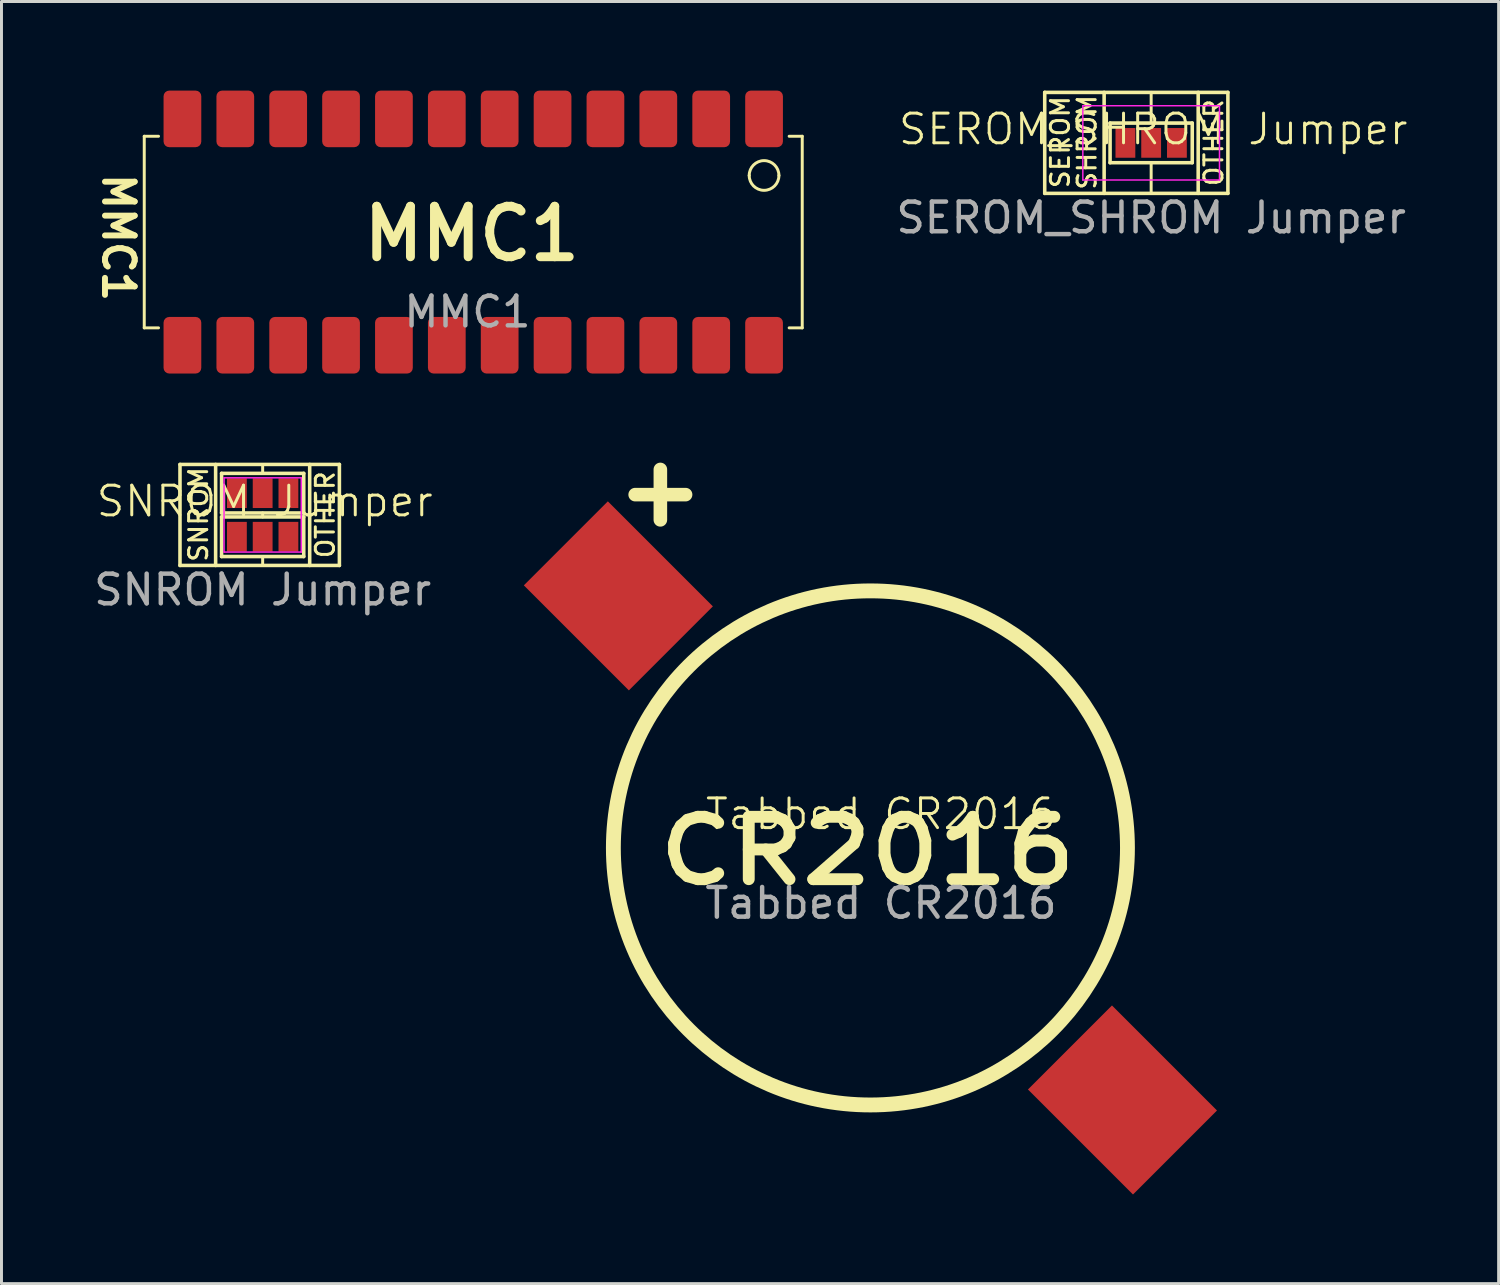
<source format=kicad_pcb>
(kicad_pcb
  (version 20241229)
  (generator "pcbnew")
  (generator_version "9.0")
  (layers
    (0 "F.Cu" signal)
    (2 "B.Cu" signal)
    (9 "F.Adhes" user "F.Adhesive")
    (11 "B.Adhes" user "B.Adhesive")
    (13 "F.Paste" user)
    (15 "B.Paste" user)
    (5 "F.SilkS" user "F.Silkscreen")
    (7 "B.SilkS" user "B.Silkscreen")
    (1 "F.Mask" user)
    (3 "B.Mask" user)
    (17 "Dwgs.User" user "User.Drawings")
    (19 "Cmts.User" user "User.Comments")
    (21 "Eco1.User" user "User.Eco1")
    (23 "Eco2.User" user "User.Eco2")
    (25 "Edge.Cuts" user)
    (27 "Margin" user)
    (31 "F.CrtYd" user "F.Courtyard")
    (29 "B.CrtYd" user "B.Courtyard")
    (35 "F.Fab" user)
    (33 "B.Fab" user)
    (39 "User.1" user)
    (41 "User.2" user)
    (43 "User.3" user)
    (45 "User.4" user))
  (footprint "MMC1"
    (layer "F.Cu")
    (at 12.686 4.947)
    (property "Reference" "MMC1" (at -11.75 0 270) (unlocked yes) (layer "F.SilkS") (effects (font (size 1 1) (thickness 0.2) (bold yes))))
    (attr smd)
    (fp_line (start -10.88 -3.41) (end -10.4 -3.41) (stroke (width 0.1) (type solid)) (layer "F.SilkS"))
    (fp_line (start -10.88 3.04) (end -10.88 -3.41) (stroke (width 0.1) (type solid)) (layer "F.SilkS"))
    (fp_line (start -10.4 3.04) (end -10.88 3.04) (stroke (width 0.1) (type solid)) (layer "F.SilkS"))
    (fp_line (start -3.053 -1.054) (end -2.486 0.16) (stroke (width 0.3) (type solid)) (layer "F.SilkS"))
    (fp_line (start -3.053 0.646) (end -3.053 -1.054) (stroke (width 0.3) (type solid)) (layer "F.SilkS"))
    (fp_line (start -2.486 0.16) (end -1.919 -1.054) (stroke (width 0.3) (type solid)) (layer "F.SilkS"))
    (fp_line (start -1.919 -1.054) (end -1.919 0.646) (stroke (width 0.3) (type solid)) (layer "F.SilkS"))
    (fp_line (start -1.11 -1.054) (end -0.543 0.16) (stroke (width 0.3) (type solid)) (layer "F.SilkS"))
    (fp_line (start -1.11 0.646) (end -1.11 -1.054) (stroke (width 0.3) (type solid)) (layer "F.SilkS"))
    (fp_line (start -0.543 0.16) (end 0.024 -1.054) (stroke (width 0.3) (type solid)) (layer "F.SilkS"))
    (fp_line (start 0.024 -1.054) (end 0.024 0.646) (stroke (width 0.3) (type solid)) (layer "F.SilkS"))
    (fp_line (start 0.752 -0.326) (end 0.833 -0.649) (stroke (width 0.3) (type solid)) (layer "F.SilkS"))
    (fp_line (start 0.752 -0.083) (end 0.752 -0.326) (stroke (width 0.3) (type solid)) (layer "F.SilkS"))
    (fp_line (start 0.833 -0.649) (end 0.914 -0.811) (stroke (width 0.3) (type solid)) (layer "F.SilkS"))
    (fp_line (start 0.833 0.241) (end 0.752 -0.083) (stroke (width 0.3) (type solid)) (layer "F.SilkS"))
    (fp_line (start 0.914 -0.811) (end 1.076 -0.973) (stroke (width 0.3) (type solid)) (layer "F.SilkS"))
    (fp_line (start 0.914 0.403) (end 0.833 0.241) (stroke (width 0.3) (type solid)) (layer "F.SilkS"))
    (fp_line (start 1.076 -0.973) (end 1.319 -1.054) (stroke (width 0.3) (type solid)) (layer "F.SilkS"))
    (fp_line (start 1.076 0.565) (end 0.914 0.403) (stroke (width 0.3) (type solid)) (layer "F.SilkS"))
    (fp_line (start 1.319 -1.054) (end 1.481 -1.054) (stroke (width 0.3) (type solid)) (layer "F.SilkS"))
    (fp_line (start 1.319 0.646) (end 1.076 0.565) (stroke (width 0.3) (type solid)) (layer "F.SilkS"))
    (fp_line (start 1.481 -1.054) (end 1.724 -0.973) (stroke (width 0.3) (type solid)) (layer "F.SilkS"))
    (fp_line (start 1.481 0.646) (end 1.319 0.646) (stroke (width 0.3) (type solid)) (layer "F.SilkS"))
    (fp_line (start 1.724 -0.973) (end 1.805 -0.892) (stroke (width 0.3) (type solid)) (layer "F.SilkS"))
    (fp_line (start 1.724 0.565) (end 1.481 0.646) (stroke (width 0.3) (type solid)) (layer "F.SilkS"))
    (fp_line (start 1.805 0.484) (end 1.724 0.565) (stroke (width 0.3) (type solid)) (layer "F.SilkS"))
    (fp_line (start 2.614 -0.649) (end 2.452 -0.568) (stroke (width 0.3) (type solid)) (layer "F.SilkS"))
    (fp_line (start 2.776 -0.811) (end 2.614 -0.649) (stroke (width 0.3) (type solid)) (layer "F.SilkS"))
    (fp_line (start 2.938 -1.054) (end 2.776 -0.811) (stroke (width 0.3) (type solid)) (layer "F.SilkS"))
    (fp_line (start 2.938 0.646) (end 2.938 -1.054) (stroke (width 0.3) (type solid)) (layer "F.SilkS"))
    (fp_line (start 3.424 0.646) (end 2.452 0.646) (stroke (width 0.3) (type solid)) (layer "F.SilkS"))
    (fp_line (start 11.27 -3.41) (end 10.83 -3.41) (stroke (width 0.1) (type solid)) (layer "F.SilkS"))
    (fp_line (start 11.27 -3.41) (end 11.27 3.04) (stroke (width 0.1) (type solid)) (layer "F.SilkS"))
    (fp_line (start 11.27 3.04) (end 10.83 3.04) (stroke (width 0.1) (type default)) (layer "F.SilkS"))
    (fp_arc (start 9.485 -2.09) (mid 9.985 -2.59) (end 10.485 -2.09) (stroke (width 0.1) (type solid)) (layer "F.SilkS"))
    (fp_arc (start 10.485 -2.09) (mid 9.985 -1.59) (end 9.485 -2.09) (stroke (width 0.1) (type solid)) (layer "F.SilkS"))
    (fp_text user "${REFERENCE}" (at 0 2.5 0) (unlocked yes) (layer "F.Fab") (effects (font (size 1 1) (thickness 0.15))))
    (pad "1" smd roundrect (at 9.985 -3.995) (size 1.27 1.905) (layers "F.Cu" "F.Mask" "F.Paste") (roundrect_rratio 0.15))
    (pad "2" smd roundrect (at 8.205 -3.995) (size 1.27 1.905) (layers "F.Cu" "F.Mask" "F.Paste") (roundrect_rratio 0.15))
    (pad "3" smd roundrect (at 6.425 -3.995) (size 1.27 1.905) (layers "F.Cu" "F.Mask" "F.Paste") (roundrect_rratio 0.15))
    (pad "4" smd roundrect (at 4.645 -3.995) (size 1.27 1.905) (layers "F.Cu" "F.Mask" "F.Paste") (roundrect_rratio 0.15))
    (pad "5" smd roundrect (at 2.865 -3.995) (size 1.27 1.905) (layers "F.Cu" "F.Mask" "F.Paste") (roundrect_rratio 0.15))
    (pad "6" smd roundrect (at 1.085 -3.995) (size 1.27 1.905) (layers "F.Cu" "F.Mask" "F.Paste") (roundrect_rratio 0.15))
    (pad "7" smd roundrect (at -0.695 -3.995) (size 1.27 1.905) (layers "F.Cu" "F.Mask" "F.Paste") (roundrect_rratio 0.15))
    (pad "8" smd roundrect (at -2.475 -3.995) (size 1.27 1.905) (layers "F.Cu" "F.Mask" "F.Paste") (roundrect_rratio 0.15))
    (pad "9" smd roundrect (at -4.255 -3.995) (size 1.27 1.905) (layers "F.Cu" "F.Mask" "F.Paste") (roundrect_rratio 0.15))
    (pad "10" smd roundrect (at -6.035 -3.995) (size 1.27 1.905) (layers "F.Cu" "F.Mask" "F.Paste") (roundrect_rratio 0.15))
    (pad "11" smd roundrect (at -7.815 -3.995) (size 1.27 1.905) (layers "F.Cu" "F.Mask" "F.Paste") (roundrect_rratio 0.15))
    (pad "12" smd roundrect (at -9.595 -3.995) (size 1.27 1.905) (layers "F.Cu" "F.Mask" "F.Paste") (roundrect_rratio 0.15))
    (pad "13" smd roundrect (at -9.595 3.625) (size 1.27 1.905) (layers "F.Cu" "F.Mask" "F.Paste") (roundrect_rratio 0.15))
    (pad "14" smd roundrect (at -7.815 3.625) (size 1.27 1.905) (layers "F.Cu" "F.Mask" "F.Paste") (roundrect_rratio 0.15))
    (pad "15" smd roundrect (at -6.035 3.625) (size 1.27 1.905) (layers "F.Cu" "F.Mask" "F.Paste") (roundrect_rratio 0.15))
    (pad "16" smd roundrect (at -4.255 3.625) (size 1.27 1.905) (layers "F.Cu" "F.Mask" "F.Paste") (roundrect_rratio 0.15))
    (pad "17" smd roundrect (at -2.475 3.625) (size 1.27 1.905) (layers "F.Cu" "F.Mask" "F.Paste") (roundrect_rratio 0.15))
    (pad "18" smd roundrect (at -0.695 3.625) (size 1.27 1.905) (layers "F.Cu" "F.Mask" "F.Paste") (roundrect_rratio 0.15))
    (pad "19" smd roundrect (at 1.085 3.625) (size 1.27 1.905) (layers "F.Cu" "F.Mask" "F.Paste") (roundrect_rratio 0.15))
    (pad "20" smd roundrect (at 2.865 3.625) (size 1.27 1.905) (layers "F.Cu" "F.Mask" "F.Paste") (roundrect_rratio 0.15))
    (pad "21" smd roundrect (at 4.645 3.625) (size 1.27 1.905) (layers "F.Cu" "F.Mask" "F.Paste") (roundrect_rratio 0.15))
    (pad "22" smd roundrect (at 6.425 3.625) (size 1.27 1.905) (layers "F.Cu" "F.Mask" "F.Paste") (roundrect_rratio 0.15))
    (pad "23" smd roundrect (at 8.205 3.625) (size 1.27 1.905) (layers "F.Cu" "F.Mask" "F.Paste") (roundrect_rratio 0.15))
    (pad "24" smd roundrect (at 9.985 3.625) (size 1.27 1.905) (layers "F.Cu" "F.Mask" "F.Paste") (roundrect_rratio 0.15)))
  (footprint "SEROM_SHROM Jumper"
    (layer "F.Cu")
    (at 35.702 1.78)
    (property "Reference" "SEROM_SHROM Jumper" (at 0.07 -0.48 0) (unlocked yes) (layer "F.SilkS") (effects (font (size 1 1) (thickness 0.1))))
    (attr smd)
    (fp_rect (start -0.533 -0.52) (end 0.533 0.48) (stroke (width 0) (type solid)) (fill yes) (layer "F.Mask"))
    (fp_line (start -3.583 -1.72) (end 2.583 -1.72) (stroke (width 0.12) (type solid)) (layer "F.SilkS"))
    (fp_line (start -3.583 1.68) (end -3.583 -1.72) (stroke (width 0.12) (type solid)) (layer "F.SilkS"))
    (fp_line (start -1.583 1.68) (end -1.583 -1.72) (stroke (width 0.12) (type solid)) (layer "F.SilkS"))
    (fp_line (start -1.383 -0.687) (end 1.383 -0.687) (stroke (width 0.12) (type solid)) (layer "F.SilkS"))
    (fp_line (start -1.383 0.647) (end -1.383 -0.687) (stroke (width 0.12) (type solid)) (layer "F.SilkS"))
    (fp_line (start 0 -0.7) (end 0 -1.72) (stroke (width 0.1) (type solid)) (layer "F.SilkS"))
    (fp_line (start 0 0.656) (end 0 1.68) (stroke (width 0.1) (type solid)) (layer "F.SilkS"))
    (fp_line (start 1.383 -0.687) (end 1.383 0.647) (stroke (width 0.12) (type solid)) (layer "F.SilkS"))
    (fp_line (start 1.383 0.647) (end -1.383 0.647) (stroke (width 0.12) (type solid)) (layer "F.SilkS"))
    (fp_line (start 1.583 -1.72) (end 1.583 1.68) (stroke (width 0.12) (type solid)) (layer "F.SilkS"))
    (fp_line (start 2.583 -1.72) (end 2.583 1.68) (stroke (width 0.12) (type solid)) (layer "F.SilkS"))
    (fp_line (start 2.583 1.68) (end -3.583 1.68) (stroke (width 0.12) (type solid)) (layer "F.SilkS"))
    (fp_line (start -2.3 -1.27) (end -2.3 1.23) (stroke (width 0.05) (type solid)) (layer "F.CrtYd"))
    (fp_line (start -2.3 -1.27) (end 2.3 -1.27) (stroke (width 0.05) (type solid)) (layer "F.CrtYd"))
    (fp_line (start 2.3 1.23) (end -2.3 1.23) (stroke (width 0.05) (type solid)) (layer "F.CrtYd"))
    (fp_line (start 2.3 1.23) (end 2.3 -1.27) (stroke (width 0.05) (type solid)) (layer "F.CrtYd"))
    (fp_text user "SEROM" (at -2.703 1.56 90) (unlocked yes) (layer "F.SilkS") (effects (font (size 0.61 0.61) (thickness 0.1)) (justify left bottom)))
    (fp_text user "SHROM" (at -1.803 1.61 90) (unlocked yes) (layer "F.SilkS") (effects (font (size 0.61 0.61) (thickness 0.1)) (justify left bottom)))
    (fp_text user "OTHER" (at 2.463 1.49 90) (unlocked yes) (layer "F.SilkS") (effects (font (size 0.61 0.61) (thickness 0.1) (bold yes)) (justify left bottom)))
    (fp_text user "${REFERENCE}" (at 0 2.5 0) (unlocked yes) (layer "F.Fab") (effects (font (size 1 1) (thickness 0.15))))
    (pad "1" smd rect (at -0.867 -0.02) (size 0.667 1) (layers "F.Cu" "F.Mask"))
    (pad "2" smd rect (at 0 -0.02) (size 0.667 1) (layers "F.Cu" "F.Mask"))
    (pad "3" smd rect (at 0.867 -0.02) (size 0.667 1) (layers "F.Cu" "F.Mask")))
  (footprint "Tabbed CR2016"
    (layer "F.Cu")
    (at 26.251 25.494)
    (property "Reference" "Tabbed CR2016" (at 0.355 -1.141 0) (unlocked yes) (layer "F.SilkS") (effects (font (size 1 1) (thickness 0.1))))
    (attr smd)
    (fp_line (start -7.071 -12.741) (end -7.071 -11.044) (stroke (width 0.457) (type solid)) (layer "F.SilkS"))
    (fp_line (start -6.222 -11.893) (end -7.919 -11.893) (stroke (width 0.457) (type solid)) (layer "F.SilkS"))
    (fp_circle (center 0 0) (end 8.653 0) (stroke (width 0.5) (type default)) (fill no) (layer "F.SilkS"))
    (fp_text user "CR2016" (at -7.33 1.33 0) (unlocked yes) (layer "F.SilkS") (effects (font (size 2.1 2.4) (thickness 0.4) (bold yes)) (justify left bottom)))
    (fp_text user "${REFERENCE}" (at 0.355 1.859 0) (unlocked yes) (layer "F.Fab") (effects (font (size 1 1) (thickness 0.15))))
    (pad "1" smd rect (at -8.485 -8.485 45) (size 4 5) (layers "F.Cu" "F.Mask" "F.Paste"))
    (pad "2" smd rect (at 8.485 8.485 45) (size 4 5) (layers "F.Cu" "F.Mask" "F.Paste")))
  (footprint "SNROM Jumper"
    (layer "F.Cu")
    (at 5.792 14.305)
    (property "Reference" "SNROM Jumper" (at 0.07 -0.48 0) (unlocked yes) (layer "F.SilkS") (effects (font (size 1 1) (thickness 0.1))))
    (attr smd)
    (fp_rect (start -0.533 -1.253) (end 0.533 -0.253) (stroke (width 0) (type solid)) (fill yes) (layer "F.Mask"))
    (fp_rect (start -0.533 0.213) (end 0.533 1.213) (stroke (width 0) (type solid)) (fill yes) (layer "F.Mask"))
    (fp_line (start -2.783 -1.72) (end 2.583 -1.72) (stroke (width 0.12) (type solid)) (layer "F.SilkS"))
    (fp_line (start -2.783 1.68) (end -2.783 -1.72) (stroke (width 0.12) (type solid)) (layer "F.SilkS"))
    (fp_line (start -1.583 1.68) (end -1.583 -1.72) (stroke (width 0.12) (type solid)) (layer "F.SilkS"))
    (fp_line (start -1.383 -1.42) (end 1.383 -1.42) (stroke (width 0.12) (type solid)) (layer "F.SilkS"))
    (fp_line (start -1.383 -0.087) (end -1.383 -1.42) (stroke (width 0.12) (type solid)) (layer "F.SilkS"))
    (fp_line (start -1.383 0.047) (end 1.383 0.047) (stroke (width 0.12) (type solid)) (layer "F.SilkS"))
    (fp_line (start -1.383 1.38) (end -1.383 0.047) (stroke (width 0.12) (type solid)) (layer "F.SilkS"))
    (fp_line (start 0 -1.42) (end 0 -1.72) (stroke (width 0.1) (type solid)) (layer "F.SilkS"))
    (fp_line (start 0 -0.087) (end 0 0.047) (stroke (width 0.1) (type solid)) (layer "F.SilkS"))
    (fp_line (start 0 1.38) (end 0 1.68) (stroke (width 0.1) (type solid)) (layer "F.SilkS"))
    (fp_line (start 1.383 -1.42) (end 1.383 -0.087) (stroke (width 0.12) (type solid)) (layer "F.SilkS"))
    (fp_line (start 1.383 -0.087) (end -1.383 -0.087) (stroke (width 0.12) (type solid)) (layer "F.SilkS"))
    (fp_line (start 1.383 0.047) (end 1.383 1.38) (stroke (width 0.12) (type solid)) (layer "F.SilkS"))
    (fp_line (start 1.383 1.38) (end -1.383 1.38) (stroke (width 0.12) (type solid)) (layer "F.SilkS"))
    (fp_line (start 1.583 -1.72) (end 1.583 1.68) (stroke (width 0.12) (type solid)) (layer "F.SilkS"))
    (fp_line (start 2.583 -1.72) (end 2.583 1.68) (stroke (width 0.12) (type solid)) (layer "F.SilkS"))
    (fp_line (start 2.583 1.68) (end -2.783 1.68) (stroke (width 0.12) (type solid)) (layer "F.SilkS"))
    (fp_line (start -1.3 -1.27) (end -1.3 1.23) (stroke (width 0.05) (type solid)) (layer "F.CrtYd"))
    (fp_line (start -1.3 -1.27) (end 1.3 -1.27) (stroke (width 0.05) (type solid)) (layer "F.CrtYd"))
    (fp_line (start 1.3 1.23) (end -1.3 1.23) (stroke (width 0.05) (type solid)) (layer "F.CrtYd"))
    (fp_line (start 1.3 1.23) (end 1.3 -1.27) (stroke (width 0.05) (type solid)) (layer "F.CrtYd"))
    (fp_text user "OTHER" (at 2.463 1.49 90) (unlocked yes) (layer "F.SilkS") (effects (font (size 0.61 0.61) (thickness 0.1) (bold yes)) (justify left bottom)))
    (fp_text user "SNROM" (at -1.803 1.61 90) (unlocked yes) (layer "F.SilkS") (effects (font (size 0.61 0.61) (thickness 0.1)) (justify left bottom)))
    (fp_text user "${REFERENCE}" (at 0 2.5 0) (unlocked yes) (layer "F.Fab") (effects (font (size 1 1) (thickness 0.15))))
    (pad "1" smd rect (at -0.867 0.713) (size 0.667 1) (layers "F.Cu" "F.Mask"))
    (pad "2" smd rect (at 0 0.713) (size 0.667 1) (layers "F.Cu" "F.Mask"))
    (pad "3" smd rect (at 0.867 0.713) (size 0.667 1) (layers "F.Cu" "F.Mask"))
    (pad "4" smd rect (at 0.867 -0.753) (size 0.667 1) (layers "F.Cu" "F.Mask"))
    (pad "5" smd rect (at 0 -0.753) (size 0.667 1) (layers "F.Cu" "F.Mask"))
    (pad "6" smd rect (at -0.867 -0.753) (size 0.667 1) (layers "F.Cu" "F.Mask")))
  (gr_rect
    (start -3 -3)
    (end 47.399 40.162)
    (stroke (width 0.1) (type default))
    (fill no)
    (layer "Edge.Cuts")))
</source>
